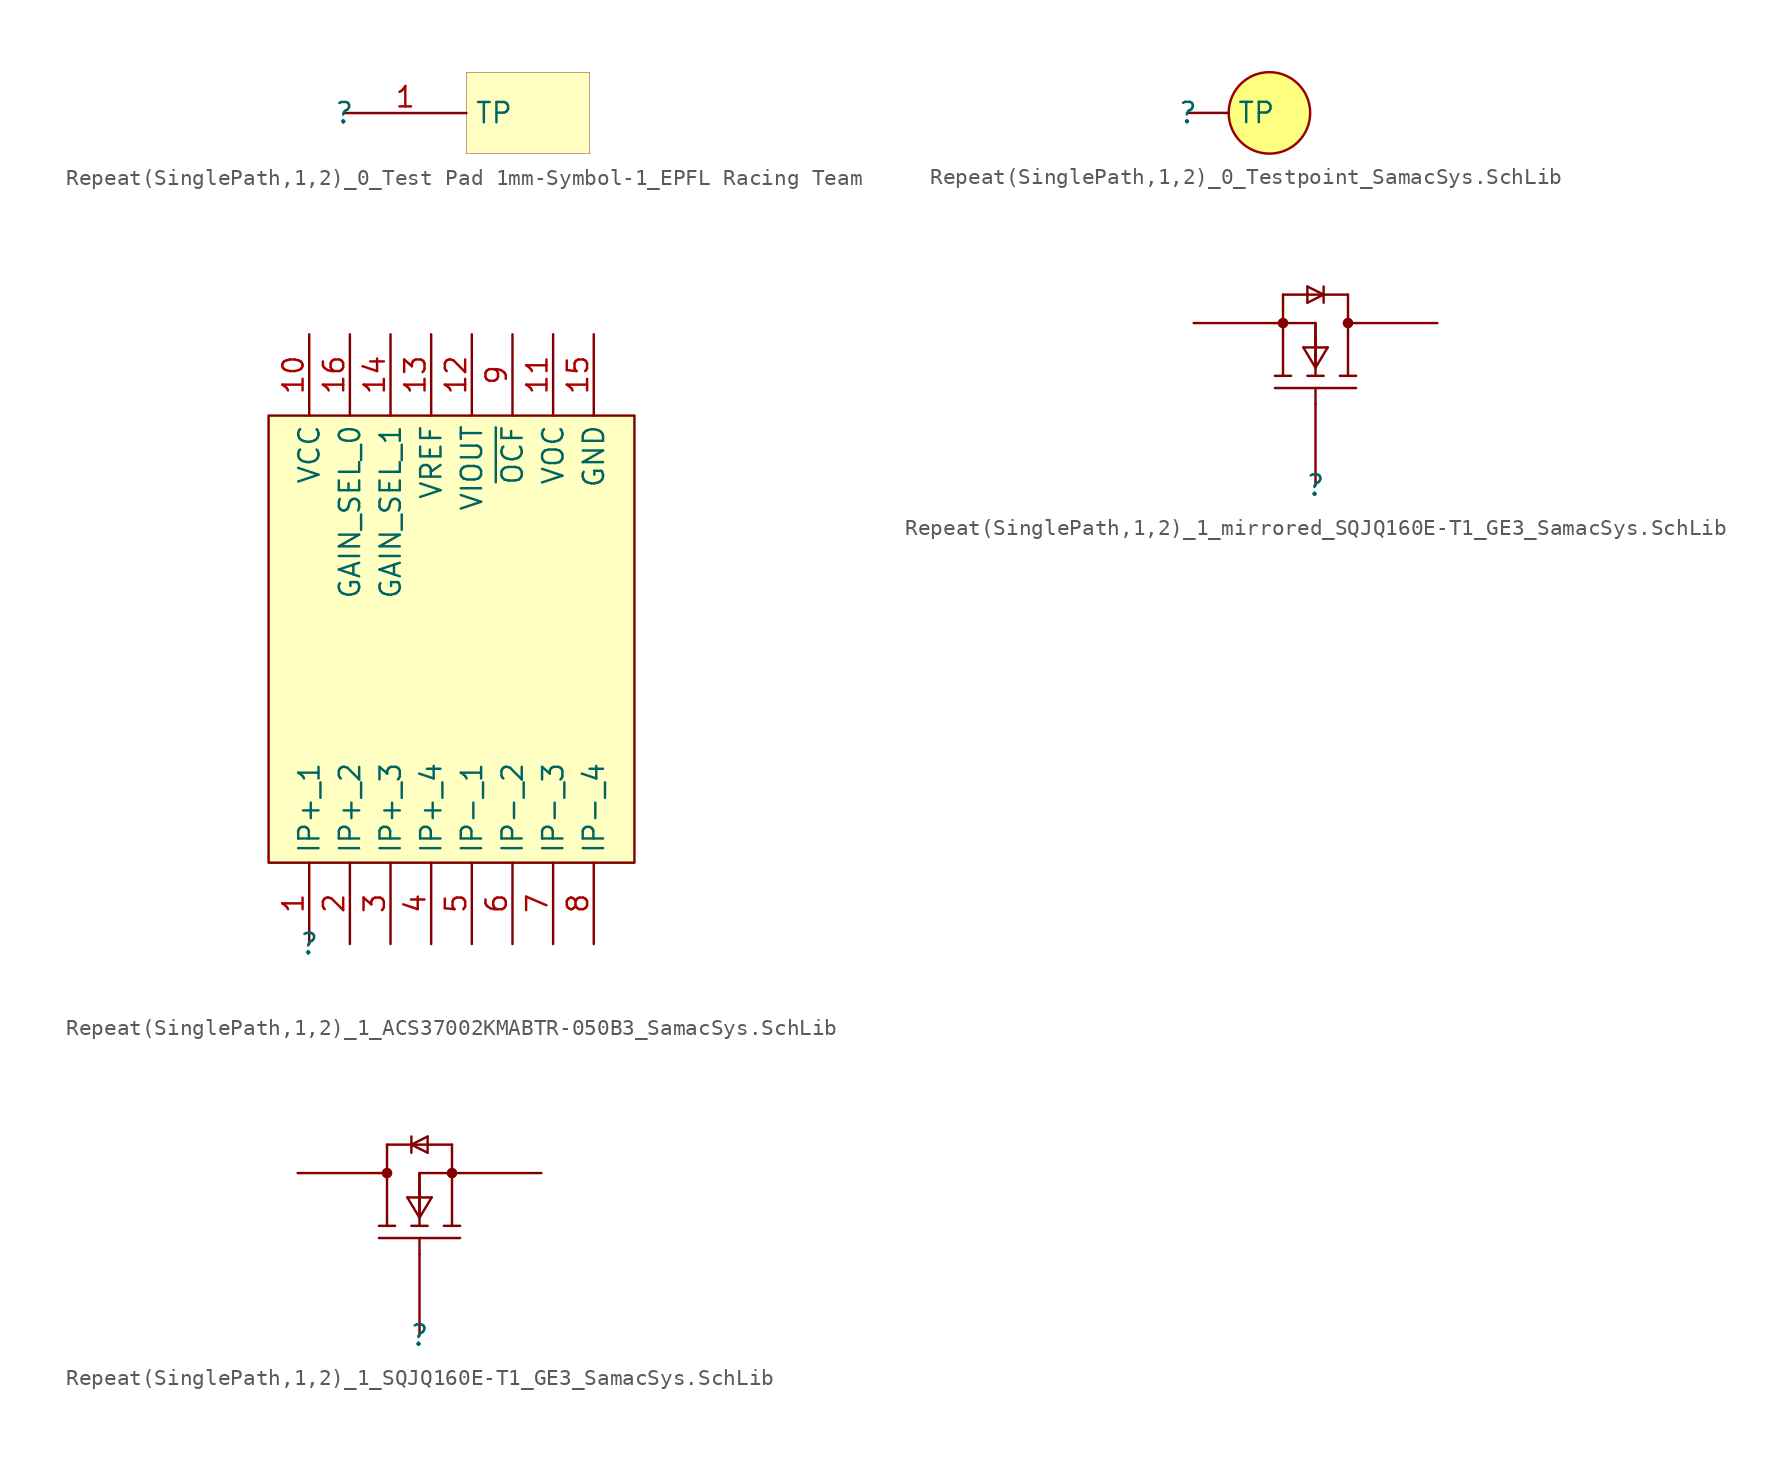
<source format=kicad_sym>
(kicad_symbol_lib
  (version 20241209)
  (generator "kicad_symbol_editor")
  (generator_version "9.0")
  (symbol "Repeat(SinglePath,1,2)_0_Test Pad 1mm-Symbol-1_EPFL Racing Team"
    (property "Reference" ""
      (at 0 0 0)
      (effects (font (size 1.27 1.27))))
    (property "Value" ""
      (at 0 0 0)
      (effects (font (size 1.27 1.27))))
    (symbol "Repeat(SinglePath,1,2)_0_Test Pad 1mm-Symbol-1_EPFL Racing Team_1_0"
      (rectangle (start 15.316 2.54) (end 7.62 -2.54) (stroke (width 0.025) (type solid) (color 128 0 0 1)) (fill (type background)))
      (pin passive line (at 0 0 0) (length 7.62) (name "TP" (effects (font (size 1.27 1.27)))) (number "1" (effects (font (size 1.27 1.27)))))))
  (symbol "Repeat(SinglePath,1,2)_0_Testpoint_SamacSys.SchLib"
    (pin_numbers
      (hide yes))
    (property "Reference" ""
      (at 0 0 0)
      (effects (font (size 1.27 1.27))))
    (property "Value" ""
      (at 0 0 0)
      (effects (font (size 1.27 1.27))))
    (symbol "Repeat(SinglePath,1,2)_0_Testpoint_SamacSys.SchLib_1_0"
      (circle (center 5.08 0) (radius 2.54) (stroke (width 0) (type solid) (color 152 0 0 1)) (fill (type color) (color 255 255 0 0.5)))
      (pin passive line (at 0 0 0) (length 2.54) (name "TP" (effects (font (size 1.27 1.27)))) (number "1" (effects (font (size 1.27 1.27)))))))
  (symbol "Repeat(SinglePath,1,2)_1_ACS37002KMABTR-050B3_SamacSys.SchLib"
    (property "Reference" ""
      (at 0 0 0)
      (effects (font (size 1.27 1.27))))
    (property "Value" ""
      (at 0 0 0)
      (effects (font (size 1.27 1.27))))
    (symbol "Repeat(SinglePath,1,2)_1_ACS37002KMABTR-050B3_SamacSys.SchLib_1_0"
      (rectangle (start 20.32 33.02) (end -2.54 5.08) (stroke (width 0) (type solid) (color 128 0 0 1)) (fill (type background)))
      (pin passive line (at 0 38.1 270) (length 5.08) (name "VCC" (effects (font (size 1.27 1.27)))) (number "10" (effects (font (size 1.27 1.27)))))
      (pin passive line (at 0 0 90) (length 5.08) (name "IP+_1" (effects (font (size 1.27 1.27)))) (number "1" (effects (font (size 1.27 1.27)))))
      (pin passive line (at 2.54 38.1 270) (length 5.08) (name "GAIN_SEL_0" (effects (font (size 1.27 1.27)))) (number "16" (effects (font (size 1.27 1.27)))))
      (pin passive line (at 2.54 0 90) (length 5.08) (name "IP+_2" (effects (font (size 1.27 1.27)))) (number "2" (effects (font (size 1.27 1.27)))))
      (pin passive line (at 5.08 38.1 270) (length 5.08) (name "GAIN_SEL_1" (effects (font (size 1.27 1.27)))) (number "14" (effects (font (size 1.27 1.27)))))
      (pin passive line (at 5.08 0 90) (length 5.08) (name "IP+_3" (effects (font (size 1.27 1.27)))) (number "3" (effects (font (size 1.27 1.27)))))
      (pin passive line (at 7.62 38.1 270) (length 5.08) (name "VREF" (effects (font (size 1.27 1.27)))) (number "13" (effects (font (size 1.27 1.27)))))
      (pin passive line (at 7.62 0 90) (length 5.08) (name "IP+_4" (effects (font (size 1.27 1.27)))) (number "4" (effects (font (size 1.27 1.27)))))
      (pin passive line (at 10.16 38.1 270) (length 5.08) (name "VIOUT" (effects (font (size 1.27 1.27)))) (number "12" (effects (font (size 1.27 1.27)))))
      (pin passive line (at 10.16 0 90) (length 5.08) (name "IP-_1" (effects (font (size 1.27 1.27)))) (number "5" (effects (font (size 1.27 1.27)))))
      (pin passive line (at 12.7 38.1 270) (length 5.08) (name "~{OCF}" (effects (font (size 1.27 1.27)))) (number "9" (effects (font (size 1.27 1.27)))))
      (pin passive line (at 12.7 0 90) (length 5.08) (name "IP-_2" (effects (font (size 1.27 1.27)))) (number "6" (effects (font (size 1.27 1.27)))))
      (pin passive line (at 15.24 38.1 270) (length 5.08) (name "VOC" (effects (font (size 1.27 1.27)))) (number "11" (effects (font (size 1.27 1.27)))))
      (pin passive line (at 15.24 0 90) (length 5.08) (name "IP-_3" (effects (font (size 1.27 1.27)))) (number "7" (effects (font (size 1.27 1.27)))))
      (pin passive line (at 17.78 38.1 270) (length 5.08) (name "GND" (effects (font (size 1.27 1.27)))) (number "15" (effects (font (size 1.27 1.27)))))
      (pin passive line (at 17.78 0 90) (length 5.08) (name "IP-_4" (effects (font (size 1.27 1.27)))) (number "8" (effects (font (size 1.27 1.27)))))))
  (symbol "Repeat(SinglePath,1,2)_1_mirrored_SQJQ160E-T1_GE3_SamacSys.SchLib"
    (pin_numbers
      (hide yes))
    (pin_names
      (hide yes))
    (property "Reference" ""
      (at 0 0 0)
      (effects (font (size 1.27 1.27))))
    (property "Value" ""
      (at 0 0 0)
      (effects (font (size 1.27 1.27))))
    (symbol "Repeat(SinglePath,1,2)_1_mirrored_SQJQ160E-T1_GE3_SamacSys.SchLib_1_0"
      (polyline (pts (xy -2.54 6.096) (xy 2.54 6.096)) (stroke (width 0) (type solid)) (fill (type none)))
      (polyline (pts (xy -2.032 11.938) (xy 2.032 11.938)) (stroke (width 0) (type solid)) (fill (type none)))
      (circle (center -2.032 10.16) (radius 0.254) (stroke (width 0) (type solid)) (fill (type outline)))
      (polyline (pts (xy -2.032 10.16) (xy -2.032 11.938)) (stroke (width 0) (type solid)) (fill (type none)))
      (polyline (pts (xy -2.032 6.858) (xy -2.032 10.16)) (stroke (width 0) (type solid)) (fill (type none)))
      (polyline (pts (xy -1.524 6.858) (xy -2.54 6.858)) (stroke (width 0) (type solid)) (fill (type none)))
      (polyline (pts (xy -0.508 12.446) (xy 0.508 11.938)) (stroke (width 0) (type solid)) (fill (type none)))
      (polyline (pts (xy -0.508 11.43) (xy -0.508 12.446)) (stroke (width 0) (type solid)) (fill (type none)))
      (polyline (pts (xy 0 10.16) (xy -2.54 10.16)) (stroke (width 0) (type solid)) (fill (type none)))
      (polyline (pts (xy 0 7.62) (xy 0 10.16)) (stroke (width 0) (type solid)) (fill (type none)))
      (polyline (pts (xy 0 7.62) (xy 0 10.16)) (stroke (width 0) (type solid)) (fill (type none)))
      (polyline (pts (xy 0 7.366) (xy -0.762 8.636)) (stroke (width 0) (type solid)) (fill (type none)))
      (polyline (pts (xy 0 7.366) (xy 0.762 8.636)) (stroke (width 0) (type solid)) (fill (type none)))
      (polyline (pts (xy 0 6.858) (xy 0 9.398)) (stroke (width 0) (type solid)) (fill (type none)))
      (polyline (pts (xy 0 6.096) (xy 0 5.08)) (stroke (width 0) (type solid)) (fill (type none)))
      (polyline (pts (xy 0.508 11.938) (xy -0.508 11.43)) (stroke (width 0) (type solid)) (fill (type none)))
      (polyline (pts (xy 0.508 11.938) (xy 0.508 12.446)) (stroke (width 0) (type solid)) (fill (type none)))
      (polyline (pts (xy 0.508 11.938) (xy 0.508 11.43)) (stroke (width 0) (type solid)) (fill (type none)))
      (polyline (pts (xy 0.508 6.858) (xy -0.508 6.858)) (stroke (width 0) (type solid)) (fill (type none)))
      (polyline (pts (xy 0.762 8.636) (xy -0.762 8.636)) (stroke (width 0) (type solid)) (fill (type none)))
      (polyline (pts (xy 1.524 6.858) (xy 2.54 6.858)) (stroke (width 0) (type solid)) (fill (type none)))
      (polyline (pts (xy 2.032 11.938) (xy 2.032 10.16)) (stroke (width 0) (type solid)) (fill (type none)))
      (polyline (pts (xy 2.032 10.16) (xy 2.54 10.16)) (stroke (width 0) (type solid)) (fill (type none)))
      (circle (center 2.032 10.16) (radius 0.254) (stroke (width 0) (type solid)) (fill (type outline)))
      (polyline (pts (xy 2.032 6.858) (xy 2.032 10.16)) (stroke (width 0) (type solid)) (fill (type none)))
      (pin passive line (at -7.62 10.16 0) (length 5.08) (name "S_1" (effects (font (size 1.27 1.27)))) (number "2" (effects (font (size 1.27 1.27)))))
      (pin passive line (at 0 0 90) (length 5.08) (name "G" (effects (font (size 1.27 1.27)))) (number "1" (effects (font (size 1.27 1.27)))))
      (pin passive line (at 7.62 10.16 180) (length 5.08) (name "D_1" (effects (font (size 1.27 1.27)))) (number "3" (effects (font (size 1.27 1.27)))))))
  (symbol "Repeat(SinglePath,1,2)_1_SQJQ160E-T1_GE3_SamacSys.SchLib"
    (pin_numbers
      (hide yes))
    (pin_names
      (hide yes))
    (property "Reference" ""
      (at 0 0 0)
      (effects (font (size 1.27 1.27))))
    (property "Value" ""
      (at 0 0 0)
      (effects (font (size 1.27 1.27))))
    (symbol "Repeat(SinglePath,1,2)_1_SQJQ160E-T1_GE3_SamacSys.SchLib_1_0"
      (polyline (pts (xy -2.032 11.938) (xy -2.032 10.16)) (stroke (width 0) (type solid)) (fill (type none)))
      (circle (center -2.032 10.16) (radius 0.254) (stroke (width 0) (type solid)) (fill (type outline)))
      (polyline (pts (xy -2.032 10.16) (xy -2.54 10.16)) (stroke (width 0) (type solid)) (fill (type none)))
      (polyline (pts (xy -2.032 6.858) (xy -2.032 10.16)) (stroke (width 0) (type solid)) (fill (type none)))
      (polyline (pts (xy -1.524 6.858) (xy -2.54 6.858)) (stroke (width 0) (type solid)) (fill (type none)))
      (polyline (pts (xy -0.762 8.636) (xy 0.762 8.636)) (stroke (width 0) (type solid)) (fill (type none)))
      (polyline (pts (xy -0.508 11.938) (xy -0.508 12.446)) (stroke (width 0) (type solid)) (fill (type none)))
      (polyline (pts (xy -0.508 11.938) (xy -0.508 11.43)) (stroke (width 0) (type solid)) (fill (type none)))
      (polyline (pts (xy -0.508 11.938) (xy 0.508 11.43)) (stroke (width 0) (type solid)) (fill (type none)))
      (polyline (pts (xy -0.508 6.858) (xy 0.508 6.858)) (stroke (width 0) (type solid)) (fill (type none)))
      (polyline (pts (xy 0 10.16) (xy 2.54 10.16)) (stroke (width 0) (type solid)) (fill (type none)))
      (polyline (pts (xy 0 7.62) (xy 0 10.16)) (stroke (width 0) (type solid)) (fill (type none)))
      (polyline (pts (xy 0 7.62) (xy 0 10.16)) (stroke (width 0) (type solid)) (fill (type none)))
      (polyline (pts (xy 0 7.366) (xy -0.762 8.636)) (stroke (width 0) (type solid)) (fill (type none)))
      (polyline (pts (xy 0 7.366) (xy 0.762 8.636)) (stroke (width 0) (type solid)) (fill (type none)))
      (polyline (pts (xy 0 6.858) (xy 0 9.398)) (stroke (width 0) (type solid)) (fill (type none)))
      (polyline (pts (xy 0 6.096) (xy 0 5.08)) (stroke (width 0) (type solid)) (fill (type none)))
      (polyline (pts (xy 0.508 12.446) (xy -0.508 11.938)) (stroke (width 0) (type solid)) (fill (type none)))
      (polyline (pts (xy 0.508 11.43) (xy 0.508 12.446)) (stroke (width 0) (type solid)) (fill (type none)))
      (polyline (pts (xy 1.524 6.858) (xy 2.54 6.858)) (stroke (width 0) (type solid)) (fill (type none)))
      (polyline (pts (xy 2.032 11.938) (xy -2.032 11.938)) (stroke (width 0) (type solid)) (fill (type none)))
      (polyline (pts (xy 2.032 10.16) (xy 2.032 11.938)) (stroke (width 0) (type solid)) (fill (type none)))
      (circle (center 2.032 10.16) (radius 0.254) (stroke (width 0) (type solid)) (fill (type outline)))
      (polyline (pts (xy 2.032 6.858) (xy 2.032 10.16)) (stroke (width 0) (type solid)) (fill (type none)))
      (polyline (pts (xy 2.54 6.096) (xy -2.54 6.096)) (stroke (width 0) (type solid)) (fill (type none)))
      (pin passive line (at -7.62 10.16 0) (length 5.08) (name "D_1" (effects (font (size 1.27 1.27)))) (number "3" (effects (font (size 1.27 1.27)))))
      (pin passive line (at 0 0 90) (length 5.08) (name "G" (effects (font (size 1.27 1.27)))) (number "1" (effects (font (size 1.27 1.27)))))
      (pin passive line (at 7.62 10.16 180) (length 5.08) (name "S_1" (effects (font (size 1.27 1.27)))) (number "2" (effects (font (size 1.27 1.27))))))))
</source>
